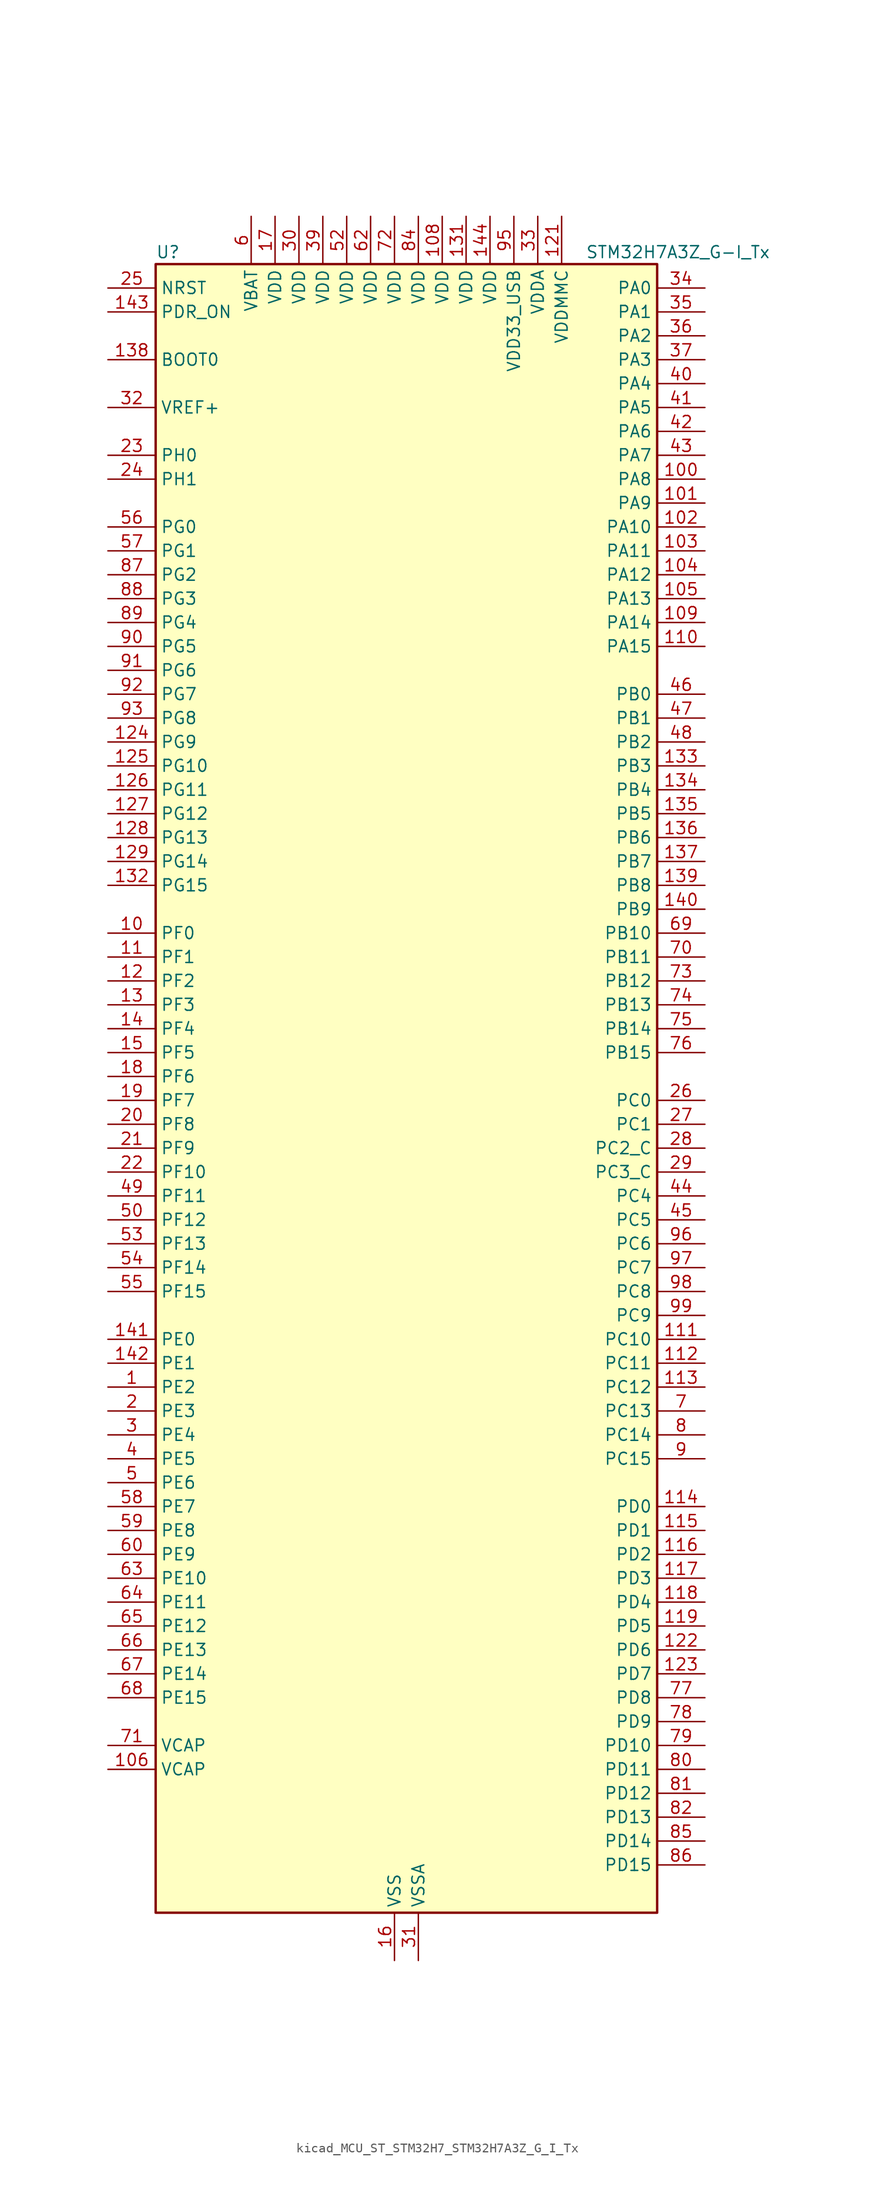
<source format=kicad_sym>
(kicad_symbol_lib
  (version 20220914)
  (generator kicad_symbol_editor)
  (symbol "kicad_MCU_ST_STM32H7_STM32H7A3Z_G_I_Tx"
    (property "Reference" "U"
      (at -25.4 90.17 0)
      (effects (font (size 1.27 1.27)) (justify left)))
    (property "Value" "STM32H7A3Z_G-I_Tx"
      (at 20.32 90.17 0)
      (effects (font (size 1.27 1.27)) (justify left)))
    (property "ki_locked" ""
      (at 0 0 0)
      (effects (font (size 1.27 1.27))))
    (symbol "kicad_MCU_ST_STM32H7_STM32H7A3Z_G_I_Tx_0_1"
      (rectangle (start -25.4 -86.36) (end 27.94 88.9) (stroke (width 0.254) (type default)) (fill (type background))))
    (symbol "kicad_MCU_ST_STM32H7_STM32H7A3Z_G_I_Tx_1_1"
      (pin bidirectional line (at -30.48 -30.48 0) (length 5.08) (name "PE2" (effects (font (size 1.27 1.27)))) (number "1" (effects (font (size 1.27 1.27)))) (alternate "DEBUG_TRACECLK" bidirectional line) (alternate "FMC_A23" bidirectional line) (alternate "OCTOSPIM_P1_IO2" bidirectional line) (alternate "SAI1_CK1" bidirectional line) (alternate "SAI1_MCLK_A" bidirectional line) (alternate "SPI4_SCK" bidirectional line) (alternate "USART10_RX" bidirectional line))
      (pin bidirectional line (at -30.48 17.78 0) (length 5.08) (name "PF0" (effects (font (size 1.27 1.27)))) (number "10" (effects (font (size 1.27 1.27)))) (alternate "FMC_A0" bidirectional line) (alternate "I2C2_SDA" bidirectional line) (alternate "OCTOSPIM_P2_IO0" bidirectional line))
      (pin bidirectional line (at 33.02 66.04 180) (length 5.08) (name "PA8" (effects (font (size 1.27 1.27)))) (number "100" (effects (font (size 1.27 1.27)))) (alternate "I2C3_SCL" bidirectional line) (alternate "LTDC_B3" bidirectional line) (alternate "LTDC_R6" bidirectional line) (alternate "RCC_MCO_1" bidirectional line) (alternate "TIM1_CH1" bidirectional line) (alternate "TIM8_BKIN2" bidirectional line) (alternate "TIM8_BKIN2_COMP1" bidirectional line) (alternate "TIM8_BKIN2_COMP2" bidirectional line) (alternate "UART7_RX" bidirectional line) (alternate "USART1_CK" bidirectional line) (alternate "USB_OTG_HS_SOF" bidirectional line))
      (pin bidirectional line (at 33.02 63.5 180) (length 5.08) (name "PA9" (effects (font (size 1.27 1.27)))) (number "101" (effects (font (size 1.27 1.27)))) (alternate "DAC1_EXTI9" bidirectional line) (alternate "DCMI_D0" bidirectional line) (alternate "I2C3_SMBA" bidirectional line) (alternate "I2S2_CK" bidirectional line) (alternate "LPUART1_TX" bidirectional line) (alternate "LTDC_R5" bidirectional line) (alternate "PSSI_D0" bidirectional line) (alternate "SPI2_SCK" bidirectional line) (alternate "TIM1_CH2" bidirectional line) (alternate "USART1_TX" bidirectional line) (alternate "USB_OTG_HS_VBUS" bidirectional line))
      (pin bidirectional line (at 33.02 60.96 180) (length 5.08) (name "PA10" (effects (font (size 1.27 1.27)))) (number "102" (effects (font (size 1.27 1.27)))) (alternate "DCMI_D1" bidirectional line) (alternate "LPUART1_RX" bidirectional line) (alternate "LTDC_B1" bidirectional line) (alternate "LTDC_B4" bidirectional line) (alternate "MDIOS_MDIO" bidirectional line) (alternate "PSSI_D1" bidirectional line) (alternate "TIM1_CH3" bidirectional line) (alternate "USART1_RX" bidirectional line) (alternate "USB_OTG_HS_ID" bidirectional line))
      (pin bidirectional line (at 33.02 58.42 180) (length 5.08) (name "PA11" (effects (font (size 1.27 1.27)))) (number "103" (effects (font (size 1.27 1.27)))) (alternate "ADC1_EXTI11" bidirectional line) (alternate "ADC2_EXTI11" bidirectional line) (alternate "FDCAN1_RX" bidirectional line) (alternate "I2S2_WS" bidirectional line) (alternate "LPUART1_CTS" bidirectional line) (alternate "LTDC_R4" bidirectional line) (alternate "SPI2_NSS" bidirectional line) (alternate "TIM1_CH4" bidirectional line) (alternate "UART4_RX" bidirectional line) (alternate "USART1_CTS" bidirectional line) (alternate "USART1_NSS" bidirectional line) (alternate "USB_OTG_HS_DM" bidirectional line))
      (pin bidirectional line (at 33.02 55.88 180) (length 5.08) (name "PA12" (effects (font (size 1.27 1.27)))) (number "104" (effects (font (size 1.27 1.27)))) (alternate "FDCAN1_TX" bidirectional line) (alternate "I2S2_CK" bidirectional line) (alternate "LPUART1_DE" bidirectional line) (alternate "LPUART1_RTS" bidirectional line) (alternate "LTDC_R5" bidirectional line) (alternate "SAI2_FS_B" bidirectional line) (alternate "SPI2_SCK" bidirectional line) (alternate "TIM1_ETR" bidirectional line) (alternate "UART4_TX" bidirectional line) (alternate "USART1_DE" bidirectional line) (alternate "USART1_RTS" bidirectional line) (alternate "USB_OTG_HS_DP" bidirectional line))
      (pin bidirectional line (at 33.02 53.34 180) (length 5.08) (name "PA13" (effects (font (size 1.27 1.27)))) (number "105" (effects (font (size 1.27 1.27)))) (alternate "DEBUG_JTMS-SWDIO" bidirectional line))
      (pin power_out line (at -30.48 -71.12 0) (length 5.08) (name "VCAP" (effects (font (size 1.27 1.27)))) (number "106" (effects (font (size 1.27 1.27)))))
      (pin passive line (at 0 -91.44 90) (length 5.08) hide (name "VSS" (effects (font (size 1.27 1.27)))) (number "107" (effects (font (size 1.27 1.27)))))
      (pin power_in line (at 5.08 93.98 270) (length 5.08) (name "VDD" (effects (font (size 1.27 1.27)))) (number "108" (effects (font (size 1.27 1.27)))))
      (pin bidirectional line (at 33.02 50.8 180) (length 5.08) (name "PA14" (effects (font (size 1.27 1.27)))) (number "109" (effects (font (size 1.27 1.27)))) (alternate "DEBUG_JTCK-SWCLK" bidirectional line))
      (pin bidirectional line (at -30.48 15.24 0) (length 5.08) (name "PF1" (effects (font (size 1.27 1.27)))) (number "11" (effects (font (size 1.27 1.27)))) (alternate "FMC_A1" bidirectional line) (alternate "I2C2_SCL" bidirectional line) (alternate "OCTOSPIM_P2_IO1" bidirectional line))
      (pin bidirectional line (at 33.02 48.26 180) (length 5.08) (name "PA15" (effects (font (size 1.27 1.27)))) (number "110" (effects (font (size 1.27 1.27)))) (alternate "ADC1_EXTI15" bidirectional line) (alternate "ADC2_EXTI15" bidirectional line) (alternate "CEC" bidirectional line) (alternate "DEBUG_JTDI" bidirectional line) (alternate "I2S1_WS" bidirectional line) (alternate "I2S3_WS" bidirectional line) (alternate "I2S6_WS" bidirectional line) (alternate "LTDC_B6" bidirectional line) (alternate "LTDC_R3" bidirectional line) (alternate "SPI1_NSS" bidirectional line) (alternate "SPI3_NSS" bidirectional line) (alternate "SPI6_NSS" bidirectional line) (alternate "TIM2_CH1" bidirectional line) (alternate "TIM2_ETR" bidirectional line) (alternate "UART4_DE" bidirectional line) (alternate "UART4_RTS" bidirectional line) (alternate "UART7_TX" bidirectional line))
      (pin bidirectional line (at 33.02 -25.4 180) (length 5.08) (name "PC10" (effects (font (size 1.27 1.27)))) (number "111" (effects (font (size 1.27 1.27)))) (alternate "DCMI_D8" bidirectional line) (alternate "DFSDM1_CKIN5" bidirectional line) (alternate "DFSDM2_CKIN0" bidirectional line) (alternate "I2S3_CK" bidirectional line) (alternate "LTDC_B1" bidirectional line) (alternate "LTDC_R2" bidirectional line) (alternate "OCTOSPIM_P1_IO1" bidirectional line) (alternate "PSSI_D8" bidirectional line) (alternate "SDMMC1_D2" bidirectional line) (alternate "SPI3_SCK" bidirectional line) (alternate "SWPMI1_RX" bidirectional line) (alternate "UART4_TX" bidirectional line) (alternate "USART3_TX" bidirectional line))
      (pin bidirectional line (at 33.02 -27.94 180) (length 5.08) (name "PC11" (effects (font (size 1.27 1.27)))) (number "112" (effects (font (size 1.27 1.27)))) (alternate "ADC1_EXTI11" bidirectional line) (alternate "ADC2_EXTI11" bidirectional line) (alternate "DCMI_D4" bidirectional line) (alternate "DFSDM1_DATIN5" bidirectional line) (alternate "DFSDM2_DATIN0" bidirectional line) (alternate "I2S3_SDI" bidirectional line) (alternate "LTDC_B4" bidirectional line) (alternate "OCTOSPIM_P1_NCS" bidirectional line) (alternate "PSSI_D4" bidirectional line) (alternate "SDMMC1_D3" bidirectional line) (alternate "SPI3_MISO" bidirectional line) (alternate "UART4_RX" bidirectional line) (alternate "USART3_RX" bidirectional line))
      (pin bidirectional line (at 33.02 -30.48 180) (length 5.08) (name "PC12" (effects (font (size 1.27 1.27)))) (number "113" (effects (font (size 1.27 1.27)))) (alternate "DCMI_D9" bidirectional line) (alternate "DEBUG_TRACED3" bidirectional line) (alternate "DFSDM2_CKOUT" bidirectional line) (alternate "I2S3_SDO" bidirectional line) (alternate "I2S6_CK" bidirectional line) (alternate "LTDC_R6" bidirectional line) (alternate "PSSI_D9" bidirectional line) (alternate "SDMMC1_CK" bidirectional line) (alternate "SPI3_MOSI" bidirectional line) (alternate "SPI6_SCK" bidirectional line) (alternate "TIM15_CH1" bidirectional line) (alternate "UART5_TX" bidirectional line) (alternate "USART3_CK" bidirectional line))
      (pin bidirectional line (at 33.02 -43.18 180) (length 5.08) (name "PD0" (effects (font (size 1.27 1.27)))) (number "114" (effects (font (size 1.27 1.27)))) (alternate "DFSDM1_CKIN6" bidirectional line) (alternate "FDCAN1_RX" bidirectional line) (alternate "FMC_D2" bidirectional line) (alternate "FMC_DA2" bidirectional line) (alternate "LTDC_B1" bidirectional line) (alternate "UART4_RX" bidirectional line) (alternate "UART9_CTS" bidirectional line))
      (pin bidirectional line (at 33.02 -45.72 180) (length 5.08) (name "PD1" (effects (font (size 1.27 1.27)))) (number "115" (effects (font (size 1.27 1.27)))) (alternate "DFSDM1_DATIN6" bidirectional line) (alternate "FDCAN1_TX" bidirectional line) (alternate "FMC_D3" bidirectional line) (alternate "FMC_DA3" bidirectional line) (alternate "UART4_TX" bidirectional line))
      (pin bidirectional line (at 33.02 -48.26 180) (length 5.08) (name "PD2" (effects (font (size 1.27 1.27)))) (number "116" (effects (font (size 1.27 1.27)))) (alternate "DCMI_D11" bidirectional line) (alternate "DEBUG_TRACED2" bidirectional line) (alternate "LTDC_B2" bidirectional line) (alternate "LTDC_B7" bidirectional line) (alternate "PSSI_D11" bidirectional line) (alternate "SDMMC1_CMD" bidirectional line) (alternate "TIM15_BKIN" bidirectional line) (alternate "TIM3_ETR" bidirectional line) (alternate "UART5_RX" bidirectional line))
      (pin bidirectional line (at 33.02 -50.8 180) (length 5.08) (name "PD3" (effects (font (size 1.27 1.27)))) (number "117" (effects (font (size 1.27 1.27)))) (alternate "DCMI_D5" bidirectional line) (alternate "DFSDM1_CKOUT" bidirectional line) (alternate "FMC_CLK" bidirectional line) (alternate "I2S2_CK" bidirectional line) (alternate "LTDC_G7" bidirectional line) (alternate "PSSI_D5" bidirectional line) (alternate "SPI2_SCK" bidirectional line) (alternate "USART2_CTS" bidirectional line) (alternate "USART2_NSS" bidirectional line))
      (pin bidirectional line (at 33.02 -53.34 180) (length 5.08) (name "PD4" (effects (font (size 1.27 1.27)))) (number "118" (effects (font (size 1.27 1.27)))) (alternate "FMC_NOE" bidirectional line) (alternate "OCTOSPIM_P1_IO4" bidirectional line) (alternate "USART2_DE" bidirectional line) (alternate "USART2_RTS" bidirectional line))
      (pin bidirectional line (at 33.02 -55.88 180) (length 5.08) (name "PD5" (effects (font (size 1.27 1.27)))) (number "119" (effects (font (size 1.27 1.27)))) (alternate "FMC_NWE" bidirectional line) (alternate "OCTOSPIM_P1_IO5" bidirectional line) (alternate "USART2_TX" bidirectional line))
      (pin bidirectional line (at -30.48 12.7 0) (length 5.08) (name "PF2" (effects (font (size 1.27 1.27)))) (number "12" (effects (font (size 1.27 1.27)))) (alternate "FMC_A2" bidirectional line) (alternate "I2C2_SMBA" bidirectional line) (alternate "OCTOSPIM_P2_IO2" bidirectional line))
      (pin passive line (at 0 -91.44 90) (length 5.08) hide (name "VSS" (effects (font (size 1.27 1.27)))) (number "120" (effects (font (size 1.27 1.27)))))
      (pin power_in line (at 17.78 93.98 270) (length 5.08) (name "VDDMMC" (effects (font (size 1.27 1.27)))) (number "121" (effects (font (size 1.27 1.27)))))
      (pin bidirectional line (at 33.02 -58.42 180) (length 5.08) (name "PD6" (effects (font (size 1.27 1.27)))) (number "122" (effects (font (size 1.27 1.27)))) (alternate "DCMI_D10" bidirectional line) (alternate "DFSDM1_CKIN4" bidirectional line) (alternate "DFSDM1_DATIN1" bidirectional line) (alternate "FMC_NWAIT" bidirectional line) (alternate "I2S3_SDO" bidirectional line) (alternate "LTDC_B2" bidirectional line) (alternate "OCTOSPIM_P1_IO6" bidirectional line) (alternate "PSSI_D10" bidirectional line) (alternate "SAI1_D1" bidirectional line) (alternate "SAI1_SD_A" bidirectional line) (alternate "SDMMC2_CK" bidirectional line) (alternate "SPI3_MOSI" bidirectional line) (alternate "USART2_RX" bidirectional line))
      (pin bidirectional line (at 33.02 -60.96 180) (length 5.08) (name "PD7" (effects (font (size 1.27 1.27)))) (number "123" (effects (font (size 1.27 1.27)))) (alternate "DFSDM1_CKIN1" bidirectional line) (alternate "DFSDM1_DATIN4" bidirectional line) (alternate "FMC_NE1" bidirectional line) (alternate "I2S1_SDO" bidirectional line) (alternate "OCTOSPIM_P1_IO7" bidirectional line) (alternate "SDMMC2_CMD" bidirectional line) (alternate "SPDIFRX_IN0" bidirectional line) (alternate "SPI1_MOSI" bidirectional line) (alternate "USART2_CK" bidirectional line))
      (pin bidirectional line (at -30.48 38.1 0) (length 5.08) (name "PG9" (effects (font (size 1.27 1.27)))) (number "124" (effects (font (size 1.27 1.27)))) (alternate "DAC1_EXTI9" bidirectional line) (alternate "DCMI_VSYNC" bidirectional line) (alternate "FMC_NCE" bidirectional line) (alternate "FMC_NE2" bidirectional line) (alternate "I2S1_SDI" bidirectional line) (alternate "OCTOSPIM_P1_IO6" bidirectional line) (alternate "PSSI_RDY" bidirectional line) (alternate "SAI2_FS_B" bidirectional line) (alternate "SDMMC2_D0" bidirectional line) (alternate "SPDIFRX_IN3" bidirectional line) (alternate "SPI1_MISO" bidirectional line) (alternate "USART6_RX" bidirectional line))
      (pin bidirectional line (at -30.48 35.56 0) (length 5.08) (name "PG10" (effects (font (size 1.27 1.27)))) (number "125" (effects (font (size 1.27 1.27)))) (alternate "DCMI_D2" bidirectional line) (alternate "FMC_NE3" bidirectional line) (alternate "I2S1_WS" bidirectional line) (alternate "LTDC_B2" bidirectional line) (alternate "LTDC_G3" bidirectional line) (alternate "OCTOSPIM_P2_IO6" bidirectional line) (alternate "PSSI_D2" bidirectional line) (alternate "SAI2_SD_B" bidirectional line) (alternate "SDMMC2_D1" bidirectional line) (alternate "SPI1_NSS" bidirectional line))
      (pin bidirectional line (at -30.48 33.02 0) (length 5.08) (name "PG11" (effects (font (size 1.27 1.27)))) (number "126" (effects (font (size 1.27 1.27)))) (alternate "ADC1_EXTI11" bidirectional line) (alternate "ADC2_EXTI11" bidirectional line) (alternate "DCMI_D3" bidirectional line) (alternate "I2S1_CK" bidirectional line) (alternate "LPTIM1_IN2" bidirectional line) (alternate "LTDC_B3" bidirectional line) (alternate "OCTOSPIM_P2_IO7" bidirectional line) (alternate "PSSI_D3" bidirectional line) (alternate "SDMMC2_D2" bidirectional line) (alternate "SPDIFRX_IN0" bidirectional line) (alternate "SPI1_SCK" bidirectional line) (alternate "USART10_RX" bidirectional line))
      (pin bidirectional line (at -30.48 30.48 0) (length 5.08) (name "PG12" (effects (font (size 1.27 1.27)))) (number "127" (effects (font (size 1.27 1.27)))) (alternate "FMC_NE4" bidirectional line) (alternate "I2S6_SDI" bidirectional line) (alternate "LPTIM1_IN1" bidirectional line) (alternate "LTDC_B1" bidirectional line) (alternate "LTDC_B4" bidirectional line) (alternate "OCTOSPIM_P2_NCS" bidirectional line) (alternate "SDMMC2_D3" bidirectional line) (alternate "SPDIFRX_IN1" bidirectional line) (alternate "SPI6_MISO" bidirectional line) (alternate "USART10_TX" bidirectional line) (alternate "USART6_DE" bidirectional line) (alternate "USART6_RTS" bidirectional line))
      (pin bidirectional line (at -30.48 27.94 0) (length 5.08) (name "PG13" (effects (font (size 1.27 1.27)))) (number "128" (effects (font (size 1.27 1.27)))) (alternate "DEBUG_TRACED0" bidirectional line) (alternate "FMC_A24" bidirectional line) (alternate "I2S6_CK" bidirectional line) (alternate "LPTIM1_OUT" bidirectional line) (alternate "LTDC_R0" bidirectional line) (alternate "SDMMC2_D6" bidirectional line) (alternate "SPI6_SCK" bidirectional line) (alternate "USART10_CTS" bidirectional line) (alternate "USART10_NSS" bidirectional line) (alternate "USART6_CTS" bidirectional line) (alternate "USART6_NSS" bidirectional line))
      (pin bidirectional line (at -30.48 25.4 0) (length 5.08) (name "PG14" (effects (font (size 1.27 1.27)))) (number "129" (effects (font (size 1.27 1.27)))) (alternate "DEBUG_TRACED1" bidirectional line) (alternate "FMC_A25" bidirectional line) (alternate "I2S6_SDO" bidirectional line) (alternate "LPTIM1_ETR" bidirectional line) (alternate "LTDC_B0" bidirectional line) (alternate "OCTOSPIM_P1_IO7" bidirectional line) (alternate "SDMMC2_D7" bidirectional line) (alternate "SPI6_MOSI" bidirectional line) (alternate "USART10_DE" bidirectional line) (alternate "USART10_RTS" bidirectional line) (alternate "USART6_TX" bidirectional line))
      (pin bidirectional line (at -30.48 10.16 0) (length 5.08) (name "PF3" (effects (font (size 1.27 1.27)))) (number "13" (effects (font (size 1.27 1.27)))) (alternate "FMC_A3" bidirectional line) (alternate "OCTOSPIM_P2_IO3" bidirectional line))
      (pin passive line (at 0 -91.44 90) (length 5.08) hide (name "VSS" (effects (font (size 1.27 1.27)))) (number "130" (effects (font (size 1.27 1.27)))))
      (pin power_in line (at 7.62 93.98 270) (length 5.08) (name "VDD" (effects (font (size 1.27 1.27)))) (number "131" (effects (font (size 1.27 1.27)))))
      (pin bidirectional line (at -30.48 22.86 0) (length 5.08) (name "PG15" (effects (font (size 1.27 1.27)))) (number "132" (effects (font (size 1.27 1.27)))) (alternate "ADC1_EXTI15" bidirectional line) (alternate "ADC2_EXTI15" bidirectional line) (alternate "DCMI_D13" bidirectional line) (alternate "FMC_SDNCAS" bidirectional line) (alternate "OCTOSPIM_P2_DQS" bidirectional line) (alternate "PSSI_D13" bidirectional line) (alternate "USART10_CK" bidirectional line) (alternate "USART6_CTS" bidirectional line) (alternate "USART6_NSS" bidirectional line))
      (pin bidirectional line (at 33.02 35.56 180) (length 5.08) (name "PB3" (effects (font (size 1.27 1.27)))) (number "133" (effects (font (size 1.27 1.27)))) (alternate "CRS_SYNC" bidirectional line) (alternate "DEBUG_JTDO-SWO" bidirectional line) (alternate "I2S1_CK" bidirectional line) (alternate "I2S3_CK" bidirectional line) (alternate "I2S6_CK" bidirectional line) (alternate "SDMMC2_D2" bidirectional line) (alternate "SPI1_SCK" bidirectional line) (alternate "SPI3_SCK" bidirectional line) (alternate "SPI6_SCK" bidirectional line) (alternate "TIM2_CH2" bidirectional line) (alternate "UART7_RX" bidirectional line))
      (pin bidirectional line (at 33.02 33.02 180) (length 5.08) (name "PB4" (effects (font (size 1.27 1.27)))) (number "134" (effects (font (size 1.27 1.27)))) (alternate "DEBUG_JTRST" bidirectional line) (alternate "I2S1_SDI" bidirectional line) (alternate "I2S2_WS" bidirectional line) (alternate "I2S3_SDI" bidirectional line) (alternate "I2S6_SDI" bidirectional line) (alternate "SDMMC2_D3" bidirectional line) (alternate "SPI1_MISO" bidirectional line) (alternate "SPI2_NSS" bidirectional line) (alternate "SPI3_MISO" bidirectional line) (alternate "SPI6_MISO" bidirectional line) (alternate "TIM16_BKIN" bidirectional line) (alternate "TIM3_CH1" bidirectional line) (alternate "UART7_TX" bidirectional line))
      (pin bidirectional line (at 33.02 30.48 180) (length 5.08) (name "PB5" (effects (font (size 1.27 1.27)))) (number "135" (effects (font (size 1.27 1.27)))) (alternate "DCMI_D10" bidirectional line) (alternate "FDCAN2_RX" bidirectional line) (alternate "FMC_SDCKE1" bidirectional line) (alternate "I2C1_SMBA" bidirectional line) (alternate "I2C4_SMBA" bidirectional line) (alternate "I2S1_SDO" bidirectional line) (alternate "I2S3_SDO" bidirectional line) (alternate "I2S6_SDO" bidirectional line) (alternate "LTDC_B5" bidirectional line) (alternate "PSSI_D10" bidirectional line) (alternate "SPI1_MOSI" bidirectional line) (alternate "SPI3_MOSI" bidirectional line) (alternate "SPI6_MOSI" bidirectional line) (alternate "TIM17_BKIN" bidirectional line) (alternate "TIM3_CH2" bidirectional line) (alternate "UART5_RX" bidirectional line) (alternate "USB_OTG_HS_ULPI_D7" bidirectional line))
      (pin bidirectional line (at 33.02 27.94 180) (length 5.08) (name "PB6" (effects (font (size 1.27 1.27)))) (number "136" (effects (font (size 1.27 1.27)))) (alternate "CEC" bidirectional line) (alternate "DCMI_D5" bidirectional line) (alternate "DFSDM1_DATIN5" bidirectional line) (alternate "FDCAN2_TX" bidirectional line) (alternate "FMC_SDNE1" bidirectional line) (alternate "I2C1_SCL" bidirectional line) (alternate "I2C4_SCL" bidirectional line) (alternate "LPUART1_TX" bidirectional line) (alternate "OCTOSPIM_P1_NCS" bidirectional line) (alternate "PSSI_D5" bidirectional line) (alternate "TIM16_CH1N" bidirectional line) (alternate "TIM4_CH1" bidirectional line) (alternate "UART5_TX" bidirectional line) (alternate "USART1_TX" bidirectional line))
      (pin bidirectional line (at 33.02 25.4 180) (length 5.08) (name "PB7" (effects (font (size 1.27 1.27)))) (number "137" (effects (font (size 1.27 1.27)))) (alternate "DCMI_VSYNC" bidirectional line) (alternate "DFSDM1_CKIN5" bidirectional line) (alternate "FMC_NL" bidirectional line) (alternate "I2C1_SDA" bidirectional line) (alternate "I2C4_SDA" bidirectional line) (alternate "LPUART1_RX" bidirectional line) (alternate "PSSI_RDY" bidirectional line) (alternate "PWR_PVD_IN" bidirectional line) (alternate "TIM17_CH1N" bidirectional line) (alternate "TIM4_CH2" bidirectional line) (alternate "USART1_RX" bidirectional line))
      (pin input line (at -30.48 78.74 0) (length 5.08) (name "BOOT0" (effects (font (size 1.27 1.27)))) (number "138" (effects (font (size 1.27 1.27)))))
      (pin bidirectional line (at 33.02 22.86 180) (length 5.08) (name "PB8" (effects (font (size 1.27 1.27)))) (number "139" (effects (font (size 1.27 1.27)))) (alternate "DCMI_D6" bidirectional line) (alternate "DFSDM1_CKIN7" bidirectional line) (alternate "FDCAN1_RX" bidirectional line) (alternate "I2C1_SCL" bidirectional line) (alternate "I2C4_SCL" bidirectional line) (alternate "LTDC_B6" bidirectional line) (alternate "PSSI_D6" bidirectional line) (alternate "SDMMC1_CKIN" bidirectional line) (alternate "SDMMC1_D4" bidirectional line) (alternate "SDMMC2_D4" bidirectional line) (alternate "TIM16_CH1" bidirectional line) (alternate "TIM4_CH3" bidirectional line) (alternate "UART4_RX" bidirectional line))
      (pin bidirectional line (at -30.48 7.62 0) (length 5.08) (name "PF4" (effects (font (size 1.27 1.27)))) (number "14" (effects (font (size 1.27 1.27)))) (alternate "FMC_A4" bidirectional line) (alternate "OCTOSPIM_P2_CLK" bidirectional line))
      (pin bidirectional line (at 33.02 20.32 180) (length 5.08) (name "PB9" (effects (font (size 1.27 1.27)))) (number "140" (effects (font (size 1.27 1.27)))) (alternate "DAC1_EXTI9" bidirectional line) (alternate "DCMI_D7" bidirectional line) (alternate "DFSDM1_DATIN7" bidirectional line) (alternate "FDCAN1_TX" bidirectional line) (alternate "I2C1_SDA" bidirectional line) (alternate "I2C4_SDA" bidirectional line) (alternate "I2C4_SMBA" bidirectional line) (alternate "I2S2_WS" bidirectional line) (alternate "LTDC_B7" bidirectional line) (alternate "PSSI_D7" bidirectional line) (alternate "SDMMC1_CDIR" bidirectional line) (alternate "SDMMC1_D5" bidirectional line) (alternate "SDMMC2_D5" bidirectional line) (alternate "SPI2_NSS" bidirectional line) (alternate "TIM17_CH1" bidirectional line) (alternate "TIM4_CH4" bidirectional line) (alternate "UART4_TX" bidirectional line))
      (pin bidirectional line (at -30.48 -25.4 0) (length 5.08) (name "PE0" (effects (font (size 1.27 1.27)))) (number "141" (effects (font (size 1.27 1.27)))) (alternate "DCMI_D2" bidirectional line) (alternate "FMC_NBL0" bidirectional line) (alternate "LPTIM1_ETR" bidirectional line) (alternate "LPTIM2_ETR" bidirectional line) (alternate "LTDC_R0" bidirectional line) (alternate "PSSI_D2" bidirectional line) (alternate "SAI2_MCLK_A" bidirectional line) (alternate "TIM4_ETR" bidirectional line) (alternate "UART8_RX" bidirectional line))
      (pin bidirectional line (at -30.48 -27.94 0) (length 5.08) (name "PE1" (effects (font (size 1.27 1.27)))) (number "142" (effects (font (size 1.27 1.27)))) (alternate "DCMI_D3" bidirectional line) (alternate "FMC_NBL1" bidirectional line) (alternate "LPTIM1_IN2" bidirectional line) (alternate "LTDC_R6" bidirectional line) (alternate "PSSI_D3" bidirectional line) (alternate "UART8_TX" bidirectional line))
      (pin input line (at -30.48 83.82 0) (length 5.08) (name "PDR_ON" (effects (font (size 1.27 1.27)))) (number "143" (effects (font (size 1.27 1.27)))))
      (pin power_in line (at 10.16 93.98 270) (length 5.08) (name "VDD" (effects (font (size 1.27 1.27)))) (number "144" (effects (font (size 1.27 1.27)))))
      (pin bidirectional line (at -30.48 5.08 0) (length 5.08) (name "PF5" (effects (font (size 1.27 1.27)))) (number "15" (effects (font (size 1.27 1.27)))) (alternate "FMC_A5" bidirectional line) (alternate "OCTOSPIM_P2_NCLK" bidirectional line))
      (pin power_in line (at 0 -91.44 90) (length 5.08) (name "VSS" (effects (font (size 1.27 1.27)))) (number "16" (effects (font (size 1.27 1.27)))))
      (pin power_in line (at -12.7 93.98 270) (length 5.08) (name "VDD" (effects (font (size 1.27 1.27)))) (number "17" (effects (font (size 1.27 1.27)))))
      (pin bidirectional line (at -30.48 2.54 0) (length 5.08) (name "PF6" (effects (font (size 1.27 1.27)))) (number "18" (effects (font (size 1.27 1.27)))) (alternate "OCTOSPIM_P1_IO3" bidirectional line) (alternate "SAI1_SD_B" bidirectional line) (alternate "SPI5_NSS" bidirectional line) (alternate "TIM16_CH1" bidirectional line) (alternate "UART7_RX" bidirectional line))
      (pin bidirectional line (at -30.48 0 0) (length 5.08) (name "PF7" (effects (font (size 1.27 1.27)))) (number "19" (effects (font (size 1.27 1.27)))) (alternate "OCTOSPIM_P1_IO2" bidirectional line) (alternate "SAI1_MCLK_B" bidirectional line) (alternate "SPI5_SCK" bidirectional line) (alternate "TIM17_CH1" bidirectional line) (alternate "UART7_TX" bidirectional line))
      (pin bidirectional line (at -30.48 -33.02 0) (length 5.08) (name "PE3" (effects (font (size 1.27 1.27)))) (number "2" (effects (font (size 1.27 1.27)))) (alternate "DEBUG_TRACED0" bidirectional line) (alternate "FMC_A19" bidirectional line) (alternate "SAI1_SD_B" bidirectional line) (alternate "TIM15_BKIN" bidirectional line) (alternate "USART10_TX" bidirectional line))
      (pin bidirectional line (at -30.48 -2.54 0) (length 5.08) (name "PF8" (effects (font (size 1.27 1.27)))) (number "20" (effects (font (size 1.27 1.27)))) (alternate "OCTOSPIM_P1_IO0" bidirectional line) (alternate "SAI1_SCK_B" bidirectional line) (alternate "SPI5_MISO" bidirectional line) (alternate "TIM13_CH1" bidirectional line) (alternate "TIM16_CH1N" bidirectional line) (alternate "UART7_DE" bidirectional line) (alternate "UART7_RTS" bidirectional line))
      (pin bidirectional line (at -30.48 -5.08 0) (length 5.08) (name "PF9" (effects (font (size 1.27 1.27)))) (number "21" (effects (font (size 1.27 1.27)))) (alternate "DAC1_EXTI9" bidirectional line) (alternate "OCTOSPIM_P1_IO1" bidirectional line) (alternate "SAI1_FS_B" bidirectional line) (alternate "SPI5_MOSI" bidirectional line) (alternate "TIM14_CH1" bidirectional line) (alternate "TIM17_CH1N" bidirectional line) (alternate "UART7_CTS" bidirectional line))
      (pin bidirectional line (at -30.48 -7.62 0) (length 5.08) (name "PF10" (effects (font (size 1.27 1.27)))) (number "22" (effects (font (size 1.27 1.27)))) (alternate "DCMI_D11" bidirectional line) (alternate "LTDC_DE" bidirectional line) (alternate "OCTOSPIM_P1_CLK" bidirectional line) (alternate "PSSI_D11" bidirectional line) (alternate "PSSI_D15" bidirectional line) (alternate "SAI1_D3" bidirectional line) (alternate "TIM16_BKIN" bidirectional line))
      (pin bidirectional line (at -30.48 68.58 0) (length 5.08) (name "PH0" (effects (font (size 1.27 1.27)))) (number "23" (effects (font (size 1.27 1.27)))) (alternate "RCC_OSC_IN" bidirectional line))
      (pin bidirectional line (at -30.48 66.04 0) (length 5.08) (name "PH1" (effects (font (size 1.27 1.27)))) (number "24" (effects (font (size 1.27 1.27)))) (alternate "RCC_OSC_OUT" bidirectional line))
      (pin input line (at -30.48 86.36 0) (length 5.08) (name "NRST" (effects (font (size 1.27 1.27)))) (number "25" (effects (font (size 1.27 1.27)))))
      (pin bidirectional line (at 33.02 0 180) (length 5.08) (name "PC0" (effects (font (size 1.27 1.27)))) (number "26" (effects (font (size 1.27 1.27)))) (alternate "ADC1_INP10" bidirectional line) (alternate "ADC2_INP10" bidirectional line) (alternate "DFSDM1_CKIN0" bidirectional line) (alternate "DFSDM1_DATIN4" bidirectional line) (alternate "FMC_A25" bidirectional line) (alternate "FMC_SDNWE" bidirectional line) (alternate "LTDC_G2" bidirectional line) (alternate "LTDC_R5" bidirectional line) (alternate "SAI2_FS_B" bidirectional line) (alternate "USB_OTG_HS_ULPI_STP" bidirectional line))
      (pin bidirectional line (at 33.02 -2.54 180) (length 5.08) (name "PC1" (effects (font (size 1.27 1.27)))) (number "27" (effects (font (size 1.27 1.27)))) (alternate "ADC1_INN10" bidirectional line) (alternate "ADC1_INP11" bidirectional line) (alternate "ADC2_INN10" bidirectional line) (alternate "ADC2_INP11" bidirectional line) (alternate "DEBUG_TRACED0" bidirectional line) (alternate "DFSDM1_CKIN4" bidirectional line) (alternate "DFSDM1_DATIN0" bidirectional line) (alternate "I2S2_SDO" bidirectional line) (alternate "LTDC_G5" bidirectional line) (alternate "MDIOS_MDC" bidirectional line) (alternate "OCTOSPIM_P1_IO4" bidirectional line) (alternate "PWR_WKUP6" bidirectional line) (alternate "RTC_TAMP3" bidirectional line) (alternate "SAI1_D1" bidirectional line) (alternate "SAI1_SD_A" bidirectional line) (alternate "SDMMC2_CK" bidirectional line) (alternate "SPI2_MOSI" bidirectional line))
      (pin bidirectional line (at 33.02 -5.08 180) (length 5.08) (name "PC2_C" (effects (font (size 1.27 1.27)))) (number "28" (effects (font (size 1.27 1.27)))) (alternate "ADC2_INN1" bidirectional line) (alternate "ADC2_INP0" bidirectional line) (alternate "DFSDM1_CKIN1" bidirectional line) (alternate "DFSDM1_CKOUT" bidirectional line) (alternate "FMC_SDNE0" bidirectional line) (alternate "I2S2_SDI" bidirectional line) (alternate "OCTOSPIM_P1_IO2" bidirectional line) (alternate "OCTOSPIM_P1_IO5" bidirectional line) (alternate "PWR_CSTOP" bidirectional line) (alternate "SPI2_MISO" bidirectional line) (alternate "USB_OTG_HS_ULPI_DIR" bidirectional line))
      (pin bidirectional line (at 33.02 -7.62 180) (length 5.08) (name "PC3_C" (effects (font (size 1.27 1.27)))) (number "29" (effects (font (size 1.27 1.27)))) (alternate "ADC2_INP1" bidirectional line) (alternate "DFSDM1_DATIN1" bidirectional line) (alternate "FMC_SDCKE0" bidirectional line) (alternate "I2S2_SDO" bidirectional line) (alternate "OCTOSPIM_P1_IO0" bidirectional line) (alternate "OCTOSPIM_P1_IO6" bidirectional line) (alternate "PWR_CSLEEP" bidirectional line) (alternate "SPI2_MOSI" bidirectional line) (alternate "USB_OTG_HS_ULPI_NXT" bidirectional line))
      (pin bidirectional line (at -30.48 -35.56 0) (length 5.08) (name "PE4" (effects (font (size 1.27 1.27)))) (number "3" (effects (font (size 1.27 1.27)))) (alternate "DCMI_D4" bidirectional line) (alternate "DEBUG_TRACED1" bidirectional line) (alternate "DFSDM1_DATIN3" bidirectional line) (alternate "FMC_A20" bidirectional line) (alternate "LTDC_B0" bidirectional line) (alternate "PSSI_D4" bidirectional line) (alternate "SAI1_D2" bidirectional line) (alternate "SAI1_FS_A" bidirectional line) (alternate "SPI4_NSS" bidirectional line) (alternate "TIM15_CH1N" bidirectional line))
      (pin power_in line (at -10.16 93.98 270) (length 5.08) (name "VDD" (effects (font (size 1.27 1.27)))) (number "30" (effects (font (size 1.27 1.27)))))
      (pin power_in line (at 2.54 -91.44 90) (length 5.08) (name "VSSA" (effects (font (size 1.27 1.27)))) (number "31" (effects (font (size 1.27 1.27)))))
      (pin input line (at -30.48 73.66 0) (length 5.08) (name "VREF+" (effects (font (size 1.27 1.27)))) (number "32" (effects (font (size 1.27 1.27)))) (alternate "VREFBUF_OUT" bidirectional line))
      (pin power_in line (at 15.24 93.98 270) (length 5.08) (name "VDDA" (effects (font (size 1.27 1.27)))) (number "33" (effects (font (size 1.27 1.27)))))
      (pin bidirectional line (at 33.02 86.36 180) (length 5.08) (name "PA0" (effects (font (size 1.27 1.27)))) (number "34" (effects (font (size 1.27 1.27)))) (alternate "ADC1_INP16" bidirectional line) (alternate "I2S6_WS" bidirectional line) (alternate "PWR_WKUP1" bidirectional line) (alternate "SAI2_SD_B" bidirectional line) (alternate "SDMMC2_CMD" bidirectional line) (alternate "SPI6_NSS" bidirectional line) (alternate "TIM15_BKIN" bidirectional line) (alternate "TIM2_CH1" bidirectional line) (alternate "TIM2_ETR" bidirectional line) (alternate "TIM5_CH1" bidirectional line) (alternate "TIM8_ETR" bidirectional line) (alternate "UART4_TX" bidirectional line) (alternate "USART2_CTS" bidirectional line) (alternate "USART2_NSS" bidirectional line))
      (pin bidirectional line (at 33.02 83.82 180) (length 5.08) (name "PA1" (effects (font (size 1.27 1.27)))) (number "35" (effects (font (size 1.27 1.27)))) (alternate "ADC1_INN16" bidirectional line) (alternate "ADC1_INP17" bidirectional line) (alternate "LPTIM3_OUT" bidirectional line) (alternate "LTDC_R2" bidirectional line) (alternate "OCTOSPIM_P1_DQS" bidirectional line) (alternate "OCTOSPIM_P1_IO3" bidirectional line) (alternate "SAI2_MCLK_B" bidirectional line) (alternate "TIM15_CH1N" bidirectional line) (alternate "TIM2_CH2" bidirectional line) (alternate "TIM5_CH2" bidirectional line) (alternate "UART4_RX" bidirectional line) (alternate "USART2_DE" bidirectional line) (alternate "USART2_RTS" bidirectional line))
      (pin bidirectional line (at 33.02 81.28 180) (length 5.08) (name "PA2" (effects (font (size 1.27 1.27)))) (number "36" (effects (font (size 1.27 1.27)))) (alternate "ADC1_INP14" bidirectional line) (alternate "DFSDM2_CKIN1" bidirectional line) (alternate "LTDC_R1" bidirectional line) (alternate "MDIOS_MDIO" bidirectional line) (alternate "PWR_WKUP2" bidirectional line) (alternate "SAI2_SCK_B" bidirectional line) (alternate "TIM15_CH1" bidirectional line) (alternate "TIM2_CH3" bidirectional line) (alternate "TIM5_CH3" bidirectional line) (alternate "USART2_TX" bidirectional line))
      (pin bidirectional line (at 33.02 78.74 180) (length 5.08) (name "PA3" (effects (font (size 1.27 1.27)))) (number "37" (effects (font (size 1.27 1.27)))) (alternate "ADC1_INP15" bidirectional line) (alternate "I2S6_MCK" bidirectional line) (alternate "LTDC_B2" bidirectional line) (alternate "LTDC_B5" bidirectional line) (alternate "OCTOSPIM_P1_CLK" bidirectional line) (alternate "TIM15_CH2" bidirectional line) (alternate "TIM2_CH4" bidirectional line) (alternate "TIM5_CH4" bidirectional line) (alternate "USART2_RX" bidirectional line) (alternate "USB_OTG_HS_ULPI_D0" bidirectional line))
      (pin passive line (at 0 -91.44 90) (length 5.08) hide (name "VSS" (effects (font (size 1.27 1.27)))) (number "38" (effects (font (size 1.27 1.27)))))
      (pin power_in line (at -7.62 93.98 270) (length 5.08) (name "VDD" (effects (font (size 1.27 1.27)))) (number "39" (effects (font (size 1.27 1.27)))))
      (pin bidirectional line (at -30.48 -38.1 0) (length 5.08) (name "PE5" (effects (font (size 1.27 1.27)))) (number "4" (effects (font (size 1.27 1.27)))) (alternate "DCMI_D6" bidirectional line) (alternate "DEBUG_TRACED2" bidirectional line) (alternate "DFSDM1_CKIN3" bidirectional line) (alternate "FMC_A21" bidirectional line) (alternate "LTDC_G0" bidirectional line) (alternate "PSSI_D6" bidirectional line) (alternate "SAI1_CK2" bidirectional line) (alternate "SAI1_SCK_A" bidirectional line) (alternate "SPI4_MISO" bidirectional line) (alternate "TIM15_CH1" bidirectional line))
      (pin bidirectional line (at 33.02 76.2 180) (length 5.08) (name "PA4" (effects (font (size 1.27 1.27)))) (number "40" (effects (font (size 1.27 1.27)))) (alternate "ADC1_INP18" bidirectional line) (alternate "DAC1_OUT1" bidirectional line) (alternate "DCMI_HSYNC" bidirectional line) (alternate "I2S1_WS" bidirectional line) (alternate "I2S3_WS" bidirectional line) (alternate "I2S6_WS" bidirectional line) (alternate "LTDC_VSYNC" bidirectional line) (alternate "PSSI_DE" bidirectional line) (alternate "SPI1_NSS" bidirectional line) (alternate "SPI3_NSS" bidirectional line) (alternate "SPI6_NSS" bidirectional line) (alternate "TIM5_ETR" bidirectional line) (alternate "USART2_CK" bidirectional line))
      (pin bidirectional line (at 33.02 73.66 180) (length 5.08) (name "PA5" (effects (font (size 1.27 1.27)))) (number "41" (effects (font (size 1.27 1.27)))) (alternate "ADC1_INN18" bidirectional line) (alternate "ADC1_INP19" bidirectional line) (alternate "DAC1_OUT2" bidirectional line) (alternate "I2S1_CK" bidirectional line) (alternate "I2S6_CK" bidirectional line) (alternate "LTDC_R4" bidirectional line) (alternate "PSSI_D14" bidirectional line) (alternate "PWR_NDSTOP2" bidirectional line) (alternate "SPI1_SCK" bidirectional line) (alternate "SPI6_SCK" bidirectional line) (alternate "TIM2_CH1" bidirectional line) (alternate "TIM2_ETR" bidirectional line) (alternate "TIM8_CH1N" bidirectional line) (alternate "USB_OTG_HS_ULPI_CK" bidirectional line))
      (pin bidirectional line (at 33.02 71.12 180) (length 5.08) (name "PA6" (effects (font (size 1.27 1.27)))) (number "42" (effects (font (size 1.27 1.27)))) (alternate "ADC1_INP3" bidirectional line) (alternate "ADC2_INP3" bidirectional line) (alternate "DAC2_OUT1" bidirectional line) (alternate "DCMI_PIXCLK" bidirectional line) (alternate "I2S1_SDI" bidirectional line) (alternate "I2S6_SDI" bidirectional line) (alternate "LTDC_G2" bidirectional line) (alternate "MDIOS_MDC" bidirectional line) (alternate "OCTOSPIM_P1_IO3" bidirectional line) (alternate "PSSI_PDCK" bidirectional line) (alternate "SPI1_MISO" bidirectional line) (alternate "SPI6_MISO" bidirectional line) (alternate "TIM13_CH1" bidirectional line) (alternate "TIM1_BKIN" bidirectional line) (alternate "TIM1_BKIN_COMP1" bidirectional line) (alternate "TIM1_BKIN_COMP2" bidirectional line) (alternate "TIM3_CH1" bidirectional line) (alternate "TIM8_BKIN" bidirectional line) (alternate "TIM8_BKIN_COMP1" bidirectional line) (alternate "TIM8_BKIN_COMP2" bidirectional line))
      (pin bidirectional line (at 33.02 68.58 180) (length 5.08) (name "PA7" (effects (font (size 1.27 1.27)))) (number "43" (effects (font (size 1.27 1.27)))) (alternate "ADC1_INN3" bidirectional line) (alternate "ADC1_INP7" bidirectional line) (alternate "ADC2_INN3" bidirectional line) (alternate "ADC2_INP7" bidirectional line) (alternate "DFSDM2_DATIN1" bidirectional line) (alternate "FMC_SDNWE" bidirectional line) (alternate "I2S1_SDO" bidirectional line) (alternate "I2S6_SDO" bidirectional line) (alternate "LTDC_VSYNC" bidirectional line) (alternate "OCTOSPIM_P1_IO2" bidirectional line) (alternate "OPAMP1_VINM" bidirectional line) (alternate "SPI1_MOSI" bidirectional line) (alternate "SPI6_MOSI" bidirectional line) (alternate "TIM14_CH1" bidirectional line) (alternate "TIM1_CH1N" bidirectional line) (alternate "TIM3_CH2" bidirectional line) (alternate "TIM8_CH1N" bidirectional line))
      (pin bidirectional line (at 33.02 -10.16 180) (length 5.08) (name "PC4" (effects (font (size 1.27 1.27)))) (number "44" (effects (font (size 1.27 1.27)))) (alternate "ADC1_INP4" bidirectional line) (alternate "ADC2_INP4" bidirectional line) (alternate "COMP1_INM" bidirectional line) (alternate "DFSDM1_CKIN2" bidirectional line) (alternate "FMC_SDNE0" bidirectional line) (alternate "I2S1_MCK" bidirectional line) (alternate "LTDC_R7" bidirectional line) (alternate "OPAMP1_VOUT" bidirectional line) (alternate "SPDIFRX_IN2" bidirectional line))
      (pin bidirectional line (at 33.02 -12.7 180) (length 5.08) (name "PC5" (effects (font (size 1.27 1.27)))) (number "45" (effects (font (size 1.27 1.27)))) (alternate "ADC1_INN4" bidirectional line) (alternate "ADC1_INP8" bidirectional line) (alternate "ADC2_INN4" bidirectional line) (alternate "ADC2_INP8" bidirectional line) (alternate "COMP1_OUT" bidirectional line) (alternate "DFSDM1_DATIN2" bidirectional line) (alternate "FMC_SDCKE0" bidirectional line) (alternate "LTDC_DE" bidirectional line) (alternate "OCTOSPIM_P1_DQS" bidirectional line) (alternate "OPAMP1_VINM" bidirectional line) (alternate "PSSI_D15" bidirectional line) (alternate "SAI1_D3" bidirectional line) (alternate "SPDIFRX_IN3" bidirectional line))
      (pin bidirectional line (at 33.02 43.18 180) (length 5.08) (name "PB0" (effects (font (size 1.27 1.27)))) (number "46" (effects (font (size 1.27 1.27)))) (alternate "ADC1_INN5" bidirectional line) (alternate "ADC1_INP9" bidirectional line) (alternate "ADC2_INN5" bidirectional line) (alternate "ADC2_INP9" bidirectional line) (alternate "COMP1_INP" bidirectional line) (alternate "DFSDM1_CKOUT" bidirectional line) (alternate "DFSDM2_CKOUT" bidirectional line) (alternate "LTDC_G1" bidirectional line) (alternate "LTDC_R3" bidirectional line) (alternate "OCTOSPIM_P1_IO1" bidirectional line) (alternate "OPAMP1_VINP" bidirectional line) (alternate "TIM1_CH2N" bidirectional line) (alternate "TIM3_CH3" bidirectional line) (alternate "TIM8_CH2N" bidirectional line) (alternate "UART4_CTS" bidirectional line) (alternate "USB_OTG_HS_ULPI_D1" bidirectional line))
      (pin bidirectional line (at 33.02 40.64 180) (length 5.08) (name "PB1" (effects (font (size 1.27 1.27)))) (number "47" (effects (font (size 1.27 1.27)))) (alternate "ADC1_INP5" bidirectional line) (alternate "ADC2_INP5" bidirectional line) (alternate "COMP1_INM" bidirectional line) (alternate "DFSDM1_DATIN1" bidirectional line) (alternate "LTDC_G0" bidirectional line) (alternate "LTDC_R6" bidirectional line) (alternate "OCTOSPIM_P1_IO0" bidirectional line) (alternate "TIM1_CH3N" bidirectional line) (alternate "TIM3_CH4" bidirectional line) (alternate "TIM8_CH3N" bidirectional line) (alternate "USB_OTG_HS_ULPI_D2" bidirectional line))
      (pin bidirectional line (at 33.02 38.1 180) (length 5.08) (name "PB2" (effects (font (size 1.27 1.27)))) (number "48" (effects (font (size 1.27 1.27)))) (alternate "COMP1_INP" bidirectional line) (alternate "DFSDM1_CKIN1" bidirectional line) (alternate "I2S3_SDO" bidirectional line) (alternate "OCTOSPIM_P1_CLK" bidirectional line) (alternate "OCTOSPIM_P1_DQS" bidirectional line) (alternate "RTC_OUT_ALARM" bidirectional line) (alternate "RTC_OUT_CALIB" bidirectional line) (alternate "SAI1_D1" bidirectional line) (alternate "SAI1_SD_A" bidirectional line) (alternate "SPI3_MOSI" bidirectional line))
      (pin bidirectional line (at -30.48 -10.16 0) (length 5.08) (name "PF11" (effects (font (size 1.27 1.27)))) (number "49" (effects (font (size 1.27 1.27)))) (alternate "ADC1_EXTI11" bidirectional line) (alternate "ADC1_INP2" bidirectional line) (alternate "ADC2_EXTI11" bidirectional line) (alternate "DCMI_D12" bidirectional line) (alternate "FMC_SDNRAS" bidirectional line) (alternate "OCTOSPIM_P1_NCLK" bidirectional line) (alternate "PSSI_D12" bidirectional line) (alternate "SAI2_SD_B" bidirectional line) (alternate "SPI5_MOSI" bidirectional line))
      (pin bidirectional line (at -30.48 -40.64 0) (length 5.08) (name "PE6" (effects (font (size 1.27 1.27)))) (number "5" (effects (font (size 1.27 1.27)))) (alternate "DCMI_D7" bidirectional line) (alternate "DEBUG_TRACED3" bidirectional line) (alternate "FMC_A22" bidirectional line) (alternate "LTDC_G1" bidirectional line) (alternate "PSSI_D7" bidirectional line) (alternate "SAI1_D1" bidirectional line) (alternate "SAI1_SD_A" bidirectional line) (alternate "SAI2_MCLK_B" bidirectional line) (alternate "SPI4_MOSI" bidirectional line) (alternate "TIM15_CH2" bidirectional line) (alternate "TIM1_BKIN2" bidirectional line) (alternate "TIM1_BKIN2_COMP1" bidirectional line) (alternate "TIM1_BKIN2_COMP2" bidirectional line))
      (pin bidirectional line (at -30.48 -12.7 0) (length 5.08) (name "PF12" (effects (font (size 1.27 1.27)))) (number "50" (effects (font (size 1.27 1.27)))) (alternate "ADC1_INN2" bidirectional line) (alternate "ADC1_INP6" bidirectional line) (alternate "FMC_A6" bidirectional line) (alternate "OCTOSPIM_P2_DQS" bidirectional line))
      (pin passive line (at 0 -91.44 90) (length 5.08) hide (name "VSS" (effects (font (size 1.27 1.27)))) (number "51" (effects (font (size 1.27 1.27)))))
      (pin power_in line (at -5.08 93.98 270) (length 5.08) (name "VDD" (effects (font (size 1.27 1.27)))) (number "52" (effects (font (size 1.27 1.27)))))
      (pin bidirectional line (at -30.48 -15.24 0) (length 5.08) (name "PF13" (effects (font (size 1.27 1.27)))) (number "53" (effects (font (size 1.27 1.27)))) (alternate "ADC2_INP2" bidirectional line) (alternate "DFSDM1_DATIN6" bidirectional line) (alternate "FMC_A7" bidirectional line) (alternate "I2C4_SMBA" bidirectional line))
      (pin bidirectional line (at -30.48 -17.78 0) (length 5.08) (name "PF14" (effects (font (size 1.27 1.27)))) (number "54" (effects (font (size 1.27 1.27)))) (alternate "ADC2_INN2" bidirectional line) (alternate "ADC2_INP6" bidirectional line) (alternate "DFSDM1_CKIN6" bidirectional line) (alternate "FMC_A8" bidirectional line) (alternate "I2C4_SCL" bidirectional line))
      (pin bidirectional line (at -30.48 -20.32 0) (length 5.08) (name "PF15" (effects (font (size 1.27 1.27)))) (number "55" (effects (font (size 1.27 1.27)))) (alternate "ADC1_EXTI15" bidirectional line) (alternate "ADC2_EXTI15" bidirectional line) (alternate "FMC_A9" bidirectional line) (alternate "I2C4_SDA" bidirectional line))
      (pin bidirectional line (at -30.48 60.96 0) (length 5.08) (name "PG0" (effects (font (size 1.27 1.27)))) (number "56" (effects (font (size 1.27 1.27)))) (alternate "FMC_A10" bidirectional line) (alternate "OCTOSPIM_P2_IO4" bidirectional line) (alternate "UART9_RX" bidirectional line))
      (pin bidirectional line (at -30.48 58.42 0) (length 5.08) (name "PG1" (effects (font (size 1.27 1.27)))) (number "57" (effects (font (size 1.27 1.27)))) (alternate "FMC_A11" bidirectional line) (alternate "OCTOSPIM_P2_IO5" bidirectional line) (alternate "OPAMP2_VINM" bidirectional line) (alternate "UART9_TX" bidirectional line))
      (pin bidirectional line (at -30.48 -43.18 0) (length 5.08) (name "PE7" (effects (font (size 1.27 1.27)))) (number "58" (effects (font (size 1.27 1.27)))) (alternate "COMP2_INM" bidirectional line) (alternate "DFSDM1_DATIN2" bidirectional line) (alternate "FMC_D4" bidirectional line) (alternate "FMC_DA4" bidirectional line) (alternate "OCTOSPIM_P1_IO4" bidirectional line) (alternate "OPAMP2_VOUT" bidirectional line) (alternate "TIM1_ETR" bidirectional line) (alternate "UART7_RX" bidirectional line))
      (pin bidirectional line (at -30.48 -45.72 0) (length 5.08) (name "PE8" (effects (font (size 1.27 1.27)))) (number "59" (effects (font (size 1.27 1.27)))) (alternate "COMP2_OUT" bidirectional line) (alternate "DFSDM1_CKIN2" bidirectional line) (alternate "FMC_D5" bidirectional line) (alternate "FMC_DA5" bidirectional line) (alternate "OCTOSPIM_P1_IO5" bidirectional line) (alternate "OPAMP2_VINM" bidirectional line) (alternate "TIM1_CH1N" bidirectional line) (alternate "UART7_TX" bidirectional line))
      (pin power_in line (at -15.24 93.98 270) (length 5.08) (name "VBAT" (effects (font (size 1.27 1.27)))) (number "6" (effects (font (size 1.27 1.27)))))
      (pin bidirectional line (at -30.48 -48.26 0) (length 5.08) (name "PE9" (effects (font (size 1.27 1.27)))) (number "60" (effects (font (size 1.27 1.27)))) (alternate "COMP2_INP" bidirectional line) (alternate "DAC1_EXTI9" bidirectional line) (alternate "DFSDM1_CKOUT" bidirectional line) (alternate "FMC_D6" bidirectional line) (alternate "FMC_DA6" bidirectional line) (alternate "OCTOSPIM_P1_IO6" bidirectional line) (alternate "OPAMP2_VINP" bidirectional line) (alternate "TIM1_CH1" bidirectional line) (alternate "UART7_DE" bidirectional line) (alternate "UART7_RTS" bidirectional line))
      (pin passive line (at 0 -91.44 90) (length 5.08) hide (name "VSS" (effects (font (size 1.27 1.27)))) (number "61" (effects (font (size 1.27 1.27)))))
      (pin power_in line (at -2.54 93.98 270) (length 5.08) (name "VDD" (effects (font (size 1.27 1.27)))) (number "62" (effects (font (size 1.27 1.27)))))
      (pin bidirectional line (at -30.48 -50.8 0) (length 5.08) (name "PE10" (effects (font (size 1.27 1.27)))) (number "63" (effects (font (size 1.27 1.27)))) (alternate "COMP2_INM" bidirectional line) (alternate "DFSDM1_DATIN4" bidirectional line) (alternate "FMC_D7" bidirectional line) (alternate "FMC_DA7" bidirectional line) (alternate "OCTOSPIM_P1_IO7" bidirectional line) (alternate "TIM1_CH2N" bidirectional line) (alternate "UART7_CTS" bidirectional line))
      (pin bidirectional line (at -30.48 -53.34 0) (length 5.08) (name "PE11" (effects (font (size 1.27 1.27)))) (number "64" (effects (font (size 1.27 1.27)))) (alternate "ADC1_EXTI11" bidirectional line) (alternate "ADC2_EXTI11" bidirectional line) (alternate "COMP2_INP" bidirectional line) (alternate "DFSDM1_CKIN4" bidirectional line) (alternate "FMC_D8" bidirectional line) (alternate "FMC_DA8" bidirectional line) (alternate "LTDC_G3" bidirectional line) (alternate "OCTOSPIM_P1_NCS" bidirectional line) (alternate "SAI2_SD_B" bidirectional line) (alternate "SPI4_NSS" bidirectional line) (alternate "TIM1_CH2" bidirectional line))
      (pin bidirectional line (at -30.48 -55.88 0) (length 5.08) (name "PE12" (effects (font (size 1.27 1.27)))) (number "65" (effects (font (size 1.27 1.27)))) (alternate "COMP1_OUT" bidirectional line) (alternate "DFSDM1_DATIN5" bidirectional line) (alternate "FMC_D9" bidirectional line) (alternate "FMC_DA9" bidirectional line) (alternate "LTDC_B4" bidirectional line) (alternate "SAI2_SCK_B" bidirectional line) (alternate "SPI4_SCK" bidirectional line) (alternate "TIM1_CH3N" bidirectional line))
      (pin bidirectional line (at -30.48 -58.42 0) (length 5.08) (name "PE13" (effects (font (size 1.27 1.27)))) (number "66" (effects (font (size 1.27 1.27)))) (alternate "COMP2_OUT" bidirectional line) (alternate "DFSDM1_CKIN5" bidirectional line) (alternate "FMC_D10" bidirectional line) (alternate "FMC_DA10" bidirectional line) (alternate "LTDC_DE" bidirectional line) (alternate "SAI2_FS_B" bidirectional line) (alternate "SPI4_MISO" bidirectional line) (alternate "TIM1_CH3" bidirectional line))
      (pin bidirectional line (at -30.48 -60.96 0) (length 5.08) (name "PE14" (effects (font (size 1.27 1.27)))) (number "67" (effects (font (size 1.27 1.27)))) (alternate "FMC_D11" bidirectional line) (alternate "FMC_DA11" bidirectional line) (alternate "LTDC_CLK" bidirectional line) (alternate "SAI2_MCLK_B" bidirectional line) (alternate "SPI4_MOSI" bidirectional line) (alternate "TIM1_CH4" bidirectional line))
      (pin bidirectional line (at -30.48 -63.5 0) (length 5.08) (name "PE15" (effects (font (size 1.27 1.27)))) (number "68" (effects (font (size 1.27 1.27)))) (alternate "ADC1_EXTI15" bidirectional line) (alternate "ADC2_EXTI15" bidirectional line) (alternate "FMC_D12" bidirectional line) (alternate "FMC_DA12" bidirectional line) (alternate "LTDC_R7" bidirectional line) (alternate "TIM1_BKIN" bidirectional line) (alternate "TIM1_BKIN_COMP1" bidirectional line) (alternate "TIM1_BKIN_COMP2" bidirectional line) (alternate "USART10_CK" bidirectional line))
      (pin bidirectional line (at 33.02 17.78 180) (length 5.08) (name "PB10" (effects (font (size 1.27 1.27)))) (number "69" (effects (font (size 1.27 1.27)))) (alternate "DFSDM1_DATIN7" bidirectional line) (alternate "I2C2_SCL" bidirectional line) (alternate "I2S2_CK" bidirectional line) (alternate "LPTIM2_IN1" bidirectional line) (alternate "LTDC_G4" bidirectional line) (alternate "OCTOSPIM_P1_NCS" bidirectional line) (alternate "SPI2_SCK" bidirectional line) (alternate "TIM2_CH3" bidirectional line) (alternate "USART3_TX" bidirectional line) (alternate "USB_OTG_HS_ULPI_D3" bidirectional line))
      (pin bidirectional line (at 33.02 -33.02 180) (length 5.08) (name "PC13" (effects (font (size 1.27 1.27)))) (number "7" (effects (font (size 1.27 1.27)))) (alternate "PWR_WKUP4" bidirectional line) (alternate "RTC_OUT_ALARM" bidirectional line) (alternate "RTC_OUT_CALIB" bidirectional line) (alternate "RTC_TAMP1" bidirectional line) (alternate "RTC_TS" bidirectional line))
      (pin bidirectional line (at 33.02 15.24 180) (length 5.08) (name "PB11" (effects (font (size 1.27 1.27)))) (number "70" (effects (font (size 1.27 1.27)))) (alternate "ADC1_EXTI11" bidirectional line) (alternate "ADC2_EXTI11" bidirectional line) (alternate "DFSDM1_CKIN7" bidirectional line) (alternate "I2C2_SDA" bidirectional line) (alternate "LPTIM2_ETR" bidirectional line) (alternate "LTDC_G5" bidirectional line) (alternate "TIM2_CH4" bidirectional line) (alternate "USART3_RX" bidirectional line) (alternate "USB_OTG_HS_ULPI_D4" bidirectional line))
      (pin power_out line (at -30.48 -68.58 0) (length 5.08) (name "VCAP" (effects (font (size 1.27 1.27)))) (number "71" (effects (font (size 1.27 1.27)))))
      (pin power_in line (at 0 93.98 270) (length 5.08) (name "VDD" (effects (font (size 1.27 1.27)))) (number "72" (effects (font (size 1.27 1.27)))))
      (pin bidirectional line (at 33.02 12.7 180) (length 5.08) (name "PB12" (effects (font (size 1.27 1.27)))) (number "73" (effects (font (size 1.27 1.27)))) (alternate "DFSDM1_DATIN1" bidirectional line) (alternate "DFSDM2_DATIN1" bidirectional line) (alternate "FDCAN2_RX" bidirectional line) (alternate "I2C2_SMBA" bidirectional line) (alternate "I2S2_WS" bidirectional line) (alternate "OCTOSPIM_P1_NCLK" bidirectional line) (alternate "SPI2_NSS" bidirectional line) (alternate "TIM1_BKIN" bidirectional line) (alternate "TIM1_BKIN_COMP1" bidirectional line) (alternate "TIM1_BKIN_COMP2" bidirectional line) (alternate "UART5_RX" bidirectional line) (alternate "USART3_CK" bidirectional line) (alternate "USB_OTG_HS_ULPI_D5" bidirectional line))
      (pin bidirectional line (at 33.02 10.16 180) (length 5.08) (name "PB13" (effects (font (size 1.27 1.27)))) (number "74" (effects (font (size 1.27 1.27)))) (alternate "DCMI_D2" bidirectional line) (alternate "DFSDM1_CKIN1" bidirectional line) (alternate "DFSDM2_CKIN1" bidirectional line) (alternate "FDCAN2_TX" bidirectional line) (alternate "I2S2_CK" bidirectional line) (alternate "LPTIM2_OUT" bidirectional line) (alternate "PSSI_D2" bidirectional line) (alternate "SDMMC1_D0" bidirectional line) (alternate "SPI2_SCK" bidirectional line) (alternate "TIM1_CH1N" bidirectional line) (alternate "UART5_TX" bidirectional line) (alternate "USART3_CTS" bidirectional line) (alternate "USART3_NSS" bidirectional line) (alternate "USB_OTG_HS_ULPI_D6" bidirectional line))
      (pin bidirectional line (at 33.02 7.62 180) (length 5.08) (name "PB14" (effects (font (size 1.27 1.27)))) (number "75" (effects (font (size 1.27 1.27)))) (alternate "DFSDM1_DATIN2" bidirectional line) (alternate "I2S2_SDI" bidirectional line) (alternate "LTDC_CLK" bidirectional line) (alternate "SDMMC2_D0" bidirectional line) (alternate "SPI2_MISO" bidirectional line) (alternate "TIM12_CH1" bidirectional line) (alternate "TIM1_CH2N" bidirectional line) (alternate "TIM8_CH2N" bidirectional line) (alternate "UART4_DE" bidirectional line) (alternate "UART4_RTS" bidirectional line) (alternate "USART1_TX" bidirectional line) (alternate "USART3_DE" bidirectional line) (alternate "USART3_RTS" bidirectional line))
      (pin bidirectional line (at 33.02 5.08 180) (length 5.08) (name "PB15" (effects (font (size 1.27 1.27)))) (number "76" (effects (font (size 1.27 1.27)))) (alternate "ADC1_EXTI15" bidirectional line) (alternate "ADC2_EXTI15" bidirectional line) (alternate "DFSDM1_CKIN2" bidirectional line) (alternate "I2S2_SDO" bidirectional line) (alternate "LTDC_G7" bidirectional line) (alternate "RTC_REFIN" bidirectional line) (alternate "SDMMC2_D1" bidirectional line) (alternate "SPI2_MOSI" bidirectional line) (alternate "TIM12_CH2" bidirectional line) (alternate "TIM1_CH3N" bidirectional line) (alternate "TIM8_CH3N" bidirectional line) (alternate "UART4_CTS" bidirectional line) (alternate "USART1_RX" bidirectional line))
      (pin bidirectional line (at 33.02 -63.5 180) (length 5.08) (name "PD8" (effects (font (size 1.27 1.27)))) (number "77" (effects (font (size 1.27 1.27)))) (alternate "DFSDM1_CKIN3" bidirectional line) (alternate "FMC_D13" bidirectional line) (alternate "FMC_DA13" bidirectional line) (alternate "SPDIFRX_IN1" bidirectional line) (alternate "USART3_TX" bidirectional line))
      (pin bidirectional line (at 33.02 -66.04 180) (length 5.08) (name "PD9" (effects (font (size 1.27 1.27)))) (number "78" (effects (font (size 1.27 1.27)))) (alternate "DAC1_EXTI9" bidirectional line) (alternate "DFSDM1_DATIN3" bidirectional line) (alternate "FMC_D14" bidirectional line) (alternate "FMC_DA14" bidirectional line) (alternate "USART3_RX" bidirectional line))
      (pin bidirectional line (at 33.02 -68.58 180) (length 5.08) (name "PD10" (effects (font (size 1.27 1.27)))) (number "79" (effects (font (size 1.27 1.27)))) (alternate "DFSDM1_CKOUT" bidirectional line) (alternate "DFSDM2_CKOUT" bidirectional line) (alternate "FMC_D15" bidirectional line) (alternate "FMC_DA15" bidirectional line) (alternate "LTDC_B3" bidirectional line) (alternate "USART3_CK" bidirectional line))
      (pin bidirectional line (at 33.02 -35.56 180) (length 5.08) (name "PC14" (effects (font (size 1.27 1.27)))) (number "8" (effects (font (size 1.27 1.27)))) (alternate "RCC_OSC32_IN" bidirectional line))
      (pin bidirectional line (at 33.02 -71.12 180) (length 5.08) (name "PD11" (effects (font (size 1.27 1.27)))) (number "80" (effects (font (size 1.27 1.27)))) (alternate "ADC1_EXTI11" bidirectional line) (alternate "ADC2_EXTI11" bidirectional line) (alternate "FMC_A16" bidirectional line) (alternate "FMC_CLE" bidirectional line) (alternate "I2C4_SMBA" bidirectional line) (alternate "LPTIM2_IN2" bidirectional line) (alternate "OCTOSPIM_P1_IO0" bidirectional line) (alternate "SAI2_SD_A" bidirectional line) (alternate "USART3_CTS" bidirectional line) (alternate "USART3_NSS" bidirectional line))
      (pin bidirectional line (at 33.02 -73.66 180) (length 5.08) (name "PD12" (effects (font (size 1.27 1.27)))) (number "81" (effects (font (size 1.27 1.27)))) (alternate "DCMI_D12" bidirectional line) (alternate "FMC_A17" bidirectional line) (alternate "FMC_ALE" bidirectional line) (alternate "I2C4_SCL" bidirectional line) (alternate "LPTIM1_IN1" bidirectional line) (alternate "LPTIM2_IN1" bidirectional line) (alternate "OCTOSPIM_P1_IO1" bidirectional line) (alternate "PSSI_D12" bidirectional line) (alternate "SAI2_FS_A" bidirectional line) (alternate "TIM4_CH1" bidirectional line) (alternate "USART3_DE" bidirectional line) (alternate "USART3_RTS" bidirectional line))
      (pin bidirectional line (at 33.02 -76.2 180) (length 5.08) (name "PD13" (effects (font (size 1.27 1.27)))) (number "82" (effects (font (size 1.27 1.27)))) (alternate "DCMI_D13" bidirectional line) (alternate "FMC_A18" bidirectional line) (alternate "I2C4_SDA" bidirectional line) (alternate "LPTIM1_OUT" bidirectional line) (alternate "OCTOSPIM_P1_IO3" bidirectional line) (alternate "PSSI_D13" bidirectional line) (alternate "SAI2_SCK_A" bidirectional line) (alternate "TIM4_CH2" bidirectional line) (alternate "UART9_DE" bidirectional line) (alternate "UART9_RTS" bidirectional line))
      (pin passive line (at 0 -91.44 90) (length 5.08) hide (name "VSS" (effects (font (size 1.27 1.27)))) (number "83" (effects (font (size 1.27 1.27)))))
      (pin power_in line (at 2.54 93.98 270) (length 5.08) (name "VDD" (effects (font (size 1.27 1.27)))) (number "84" (effects (font (size 1.27 1.27)))))
      (pin bidirectional line (at 33.02 -78.74 180) (length 5.08) (name "PD14" (effects (font (size 1.27 1.27)))) (number "85" (effects (font (size 1.27 1.27)))) (alternate "FMC_D0" bidirectional line) (alternate "FMC_DA0" bidirectional line) (alternate "TIM4_CH3" bidirectional line) (alternate "UART8_CTS" bidirectional line) (alternate "UART9_RX" bidirectional line))
      (pin bidirectional line (at 33.02 -81.28 180) (length 5.08) (name "PD15" (effects (font (size 1.27 1.27)))) (number "86" (effects (font (size 1.27 1.27)))) (alternate "ADC1_EXTI15" bidirectional line) (alternate "ADC2_EXTI15" bidirectional line) (alternate "FMC_D1" bidirectional line) (alternate "FMC_DA1" bidirectional line) (alternate "TIM4_CH4" bidirectional line) (alternate "UART8_DE" bidirectional line) (alternate "UART8_RTS" bidirectional line) (alternate "UART9_TX" bidirectional line))
      (pin bidirectional line (at -30.48 55.88 0) (length 5.08) (name "PG2" (effects (font (size 1.27 1.27)))) (number "87" (effects (font (size 1.27 1.27)))) (alternate "FMC_A12" bidirectional line) (alternate "TIM8_BKIN" bidirectional line) (alternate "TIM8_BKIN_COMP1" bidirectional line) (alternate "TIM8_BKIN_COMP2" bidirectional line))
      (pin bidirectional line (at -30.48 53.34 0) (length 5.08) (name "PG3" (effects (font (size 1.27 1.27)))) (number "88" (effects (font (size 1.27 1.27)))) (alternate "FMC_A13" bidirectional line) (alternate "TIM8_BKIN2" bidirectional line) (alternate "TIM8_BKIN2_COMP1" bidirectional line) (alternate "TIM8_BKIN2_COMP2" bidirectional line))
      (pin bidirectional line (at -30.48 50.8 0) (length 5.08) (name "PG4" (effects (font (size 1.27 1.27)))) (number "89" (effects (font (size 1.27 1.27)))) (alternate "FMC_A14" bidirectional line) (alternate "FMC_BA0" bidirectional line) (alternate "TIM1_BKIN2" bidirectional line) (alternate "TIM1_BKIN2_COMP1" bidirectional line) (alternate "TIM1_BKIN2_COMP2" bidirectional line))
      (pin bidirectional line (at 33.02 -38.1 180) (length 5.08) (name "PC15" (effects (font (size 1.27 1.27)))) (number "9" (effects (font (size 1.27 1.27)))) (alternate "ADC1_EXTI15" bidirectional line) (alternate "ADC2_EXTI15" bidirectional line) (alternate "RCC_OSC32_OUT" bidirectional line))
      (pin bidirectional line (at -30.48 48.26 0) (length 5.08) (name "PG5" (effects (font (size 1.27 1.27)))) (number "90" (effects (font (size 1.27 1.27)))) (alternate "FMC_A15" bidirectional line) (alternate "FMC_BA1" bidirectional line) (alternate "TIM1_ETR" bidirectional line))
      (pin bidirectional line (at -30.48 45.72 0) (length 5.08) (name "PG6" (effects (font (size 1.27 1.27)))) (number "91" (effects (font (size 1.27 1.27)))) (alternate "DCMI_D12" bidirectional line) (alternate "FMC_NE3" bidirectional line) (alternate "LTDC_R7" bidirectional line) (alternate "OCTOSPIM_P1_NCS" bidirectional line) (alternate "PSSI_D12" bidirectional line) (alternate "TIM17_BKIN" bidirectional line))
      (pin bidirectional line (at -30.48 43.18 0) (length 5.08) (name "PG7" (effects (font (size 1.27 1.27)))) (number "92" (effects (font (size 1.27 1.27)))) (alternate "DCMI_D13" bidirectional line) (alternate "FMC_INT" bidirectional line) (alternate "LTDC_CLK" bidirectional line) (alternate "OCTOSPIM_P2_DQS" bidirectional line) (alternate "PSSI_D13" bidirectional line) (alternate "SAI1_MCLK_A" bidirectional line) (alternate "USART6_CK" bidirectional line))
      (pin bidirectional line (at -30.48 40.64 0) (length 5.08) (name "PG8" (effects (font (size 1.27 1.27)))) (number "93" (effects (font (size 1.27 1.27)))) (alternate "FMC_SDCLK" bidirectional line) (alternate "I2S6_WS" bidirectional line) (alternate "LTDC_G7" bidirectional line) (alternate "SPDIFRX_IN2" bidirectional line) (alternate "SPI6_NSS" bidirectional line) (alternate "TIM8_ETR" bidirectional line) (alternate "USART6_DE" bidirectional line) (alternate "USART6_RTS" bidirectional line))
      (pin passive line (at 0 -91.44 90) (length 5.08) hide (name "VSS" (effects (font (size 1.27 1.27)))) (number "94" (effects (font (size 1.27 1.27)))))
      (pin power_in line (at 12.7 93.98 270) (length 5.08) (name "VDD33_USB" (effects (font (size 1.27 1.27)))) (number "95" (effects (font (size 1.27 1.27)))))
      (pin bidirectional line (at 33.02 -15.24 180) (length 5.08) (name "PC6" (effects (font (size 1.27 1.27)))) (number "96" (effects (font (size 1.27 1.27)))) (alternate "DCMI_D0" bidirectional line) (alternate "DFSDM1_CKIN3" bidirectional line) (alternate "FMC_NWAIT" bidirectional line) (alternate "I2S2_MCK" bidirectional line) (alternate "LTDC_HSYNC" bidirectional line) (alternate "PSSI_D0" bidirectional line) (alternate "SDMMC1_D0DIR" bidirectional line) (alternate "SDMMC1_D6" bidirectional line) (alternate "SDMMC2_D6" bidirectional line) (alternate "SWPMI1_IO" bidirectional line) (alternate "TIM3_CH1" bidirectional line) (alternate "TIM8_CH1" bidirectional line) (alternate "USART6_TX" bidirectional line))
      (pin bidirectional line (at 33.02 -17.78 180) (length 5.08) (name "PC7" (effects (font (size 1.27 1.27)))) (number "97" (effects (font (size 1.27 1.27)))) (alternate "DCMI_D1" bidirectional line) (alternate "DEBUG_TRGIO" bidirectional line) (alternate "DFSDM1_DATIN3" bidirectional line) (alternate "FMC_NE1" bidirectional line) (alternate "I2S3_MCK" bidirectional line) (alternate "LTDC_G6" bidirectional line) (alternate "PSSI_D1" bidirectional line) (alternate "SDMMC1_D123DIR" bidirectional line) (alternate "SDMMC1_D7" bidirectional line) (alternate "SDMMC2_D7" bidirectional line) (alternate "SWPMI1_TX" bidirectional line) (alternate "TIM3_CH2" bidirectional line) (alternate "TIM8_CH2" bidirectional line) (alternate "USART6_RX" bidirectional line))
      (pin bidirectional line (at 33.02 -20.32 180) (length 5.08) (name "PC8" (effects (font (size 1.27 1.27)))) (number "98" (effects (font (size 1.27 1.27)))) (alternate "DCMI_D2" bidirectional line) (alternate "DEBUG_TRACED1" bidirectional line) (alternate "FMC_INT" bidirectional line) (alternate "FMC_NCE" bidirectional line) (alternate "FMC_NE2" bidirectional line) (alternate "PSSI_D2" bidirectional line) (alternate "SDMMC1_D0" bidirectional line) (alternate "SWPMI1_RX" bidirectional line) (alternate "TIM3_CH3" bidirectional line) (alternate "TIM8_CH3" bidirectional line) (alternate "UART5_DE" bidirectional line) (alternate "UART5_RTS" bidirectional line) (alternate "USART6_CK" bidirectional line))
      (pin bidirectional line (at 33.02 -22.86 180) (length 5.08) (name "PC9" (effects (font (size 1.27 1.27)))) (number "99" (effects (font (size 1.27 1.27)))) (alternate "DAC1_EXTI9" bidirectional line) (alternate "DCMI_D3" bidirectional line) (alternate "I2C3_SDA" bidirectional line) (alternate "I2S_CKIN" bidirectional line) (alternate "LTDC_B2" bidirectional line) (alternate "LTDC_G3" bidirectional line) (alternate "OCTOSPIM_P1_IO0" bidirectional line) (alternate "PSSI_D3" bidirectional line) (alternate "RCC_MCO_2" bidirectional line) (alternate "SDMMC1_D1" bidirectional line) (alternate "SWPMI1_SUSPEND" bidirectional line) (alternate "TIM3_CH4" bidirectional line) (alternate "TIM8_CH4" bidirectional line) (alternate "UART5_CTS" bidirectional line)))))
</source>
